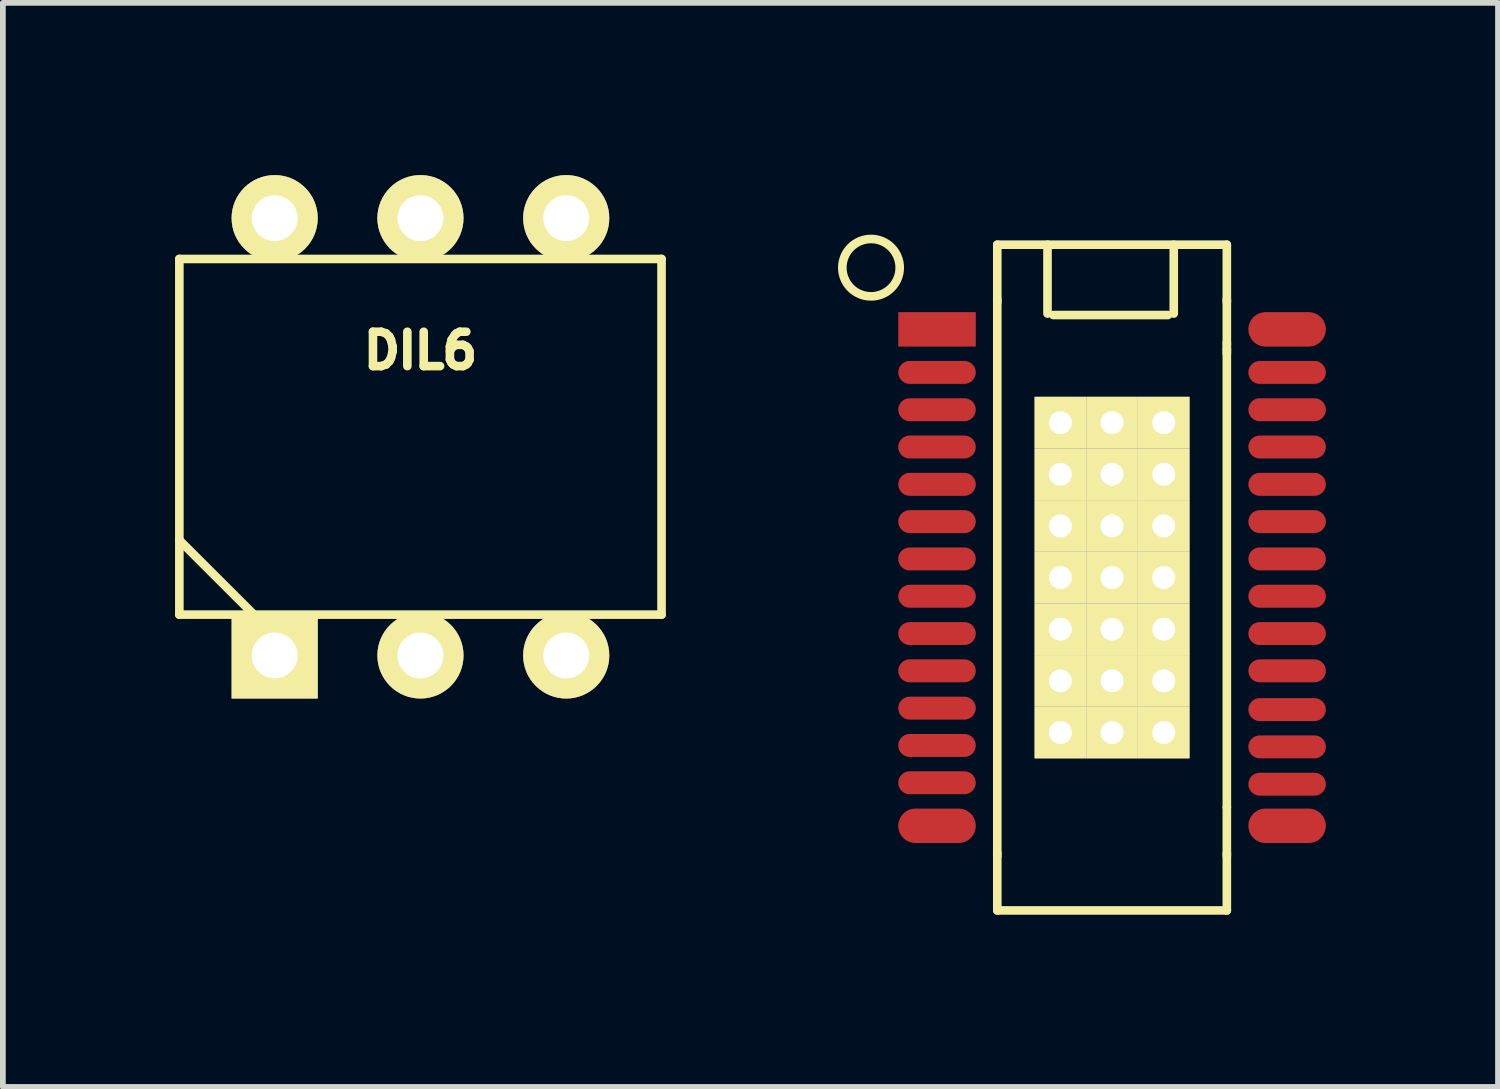
<source format=kicad_pcb>
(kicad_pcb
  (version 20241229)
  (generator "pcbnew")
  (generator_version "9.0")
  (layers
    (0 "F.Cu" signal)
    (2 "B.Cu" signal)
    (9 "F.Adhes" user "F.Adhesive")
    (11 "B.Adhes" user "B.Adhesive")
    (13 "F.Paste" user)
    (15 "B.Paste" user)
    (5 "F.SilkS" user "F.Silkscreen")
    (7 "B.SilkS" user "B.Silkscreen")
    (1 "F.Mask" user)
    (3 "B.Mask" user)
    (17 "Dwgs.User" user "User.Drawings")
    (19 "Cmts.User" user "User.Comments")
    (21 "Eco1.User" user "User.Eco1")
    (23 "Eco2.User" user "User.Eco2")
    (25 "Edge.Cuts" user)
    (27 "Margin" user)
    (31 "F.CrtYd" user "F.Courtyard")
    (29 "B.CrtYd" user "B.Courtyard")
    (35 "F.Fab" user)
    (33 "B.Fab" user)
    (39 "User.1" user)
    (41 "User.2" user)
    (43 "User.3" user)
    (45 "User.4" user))
  (footprint "HTSSOP28"
    (layer "F.Cu")
    (at 16.327 7.014)
    (property "Reference" "HTSSOP28" (at 0 -6.4 0) (layer "Eco2.User") (effects (font (size 0.6 0.6) (thickness 0.15))))
    (attr through_hole)
    (fp_line (start -2 -5.8) (end 2 -5.8) (stroke (width 0.15) (type solid)) (layer "F.SilkS"))
    (fp_line (start -2 -4.85) (end -2 4.85) (stroke (width 0.15) (type solid)) (layer "F.SilkS"))
    (fp_line (start -2 -4.8) (end -2 -5.8) (stroke (width 0.15) (type solid)) (layer "F.SilkS"))
    (fp_line (start -2 4.8) (end -2 5.8) (stroke (width 0.15) (type solid)) (layer "F.SilkS"))
    (fp_line (start -2 5.8) (end 2 5.8) (stroke (width 0.15) (type solid)) (layer "F.SilkS"))
    (fp_line (start -1.125 -4.6) (end -1.125 -5.8) (stroke (width 0.15) (type solid)) (layer "F.SilkS"))
    (fp_line (start -1.025 -4.575) (end 0.975 -4.575) (stroke (width 0.15) (type solid)) (layer "F.SilkS"))
    (fp_line (start 1.075 -5.8) (end 1.075 -4.6) (stroke (width 0.15) (type solid)) (layer "F.SilkS"))
    (fp_line (start 2 -5.8) (end 2 -4.8) (stroke (width 0.15) (type solid)) (layer "F.SilkS"))
    (fp_line (start 2 -4.85) (end 2 -4.05) (stroke (width 0.15) (type solid)) (layer "F.SilkS"))
    (fp_line (start 2 -3.9) (end 2 -4.1) (stroke (width 0.15) (type solid)) (layer "F.SilkS"))
    (fp_line (start 2 4) (end 2 -4) (stroke (width 0.15) (type solid)) (layer "F.SilkS"))
    (fp_line (start 2 4.85) (end 2 4) (stroke (width 0.15) (type solid)) (layer "F.SilkS"))
    (fp_line (start 2 5.8) (end 2 4.8) (stroke (width 0.15) (type solid)) (layer "F.SilkS"))
    (fp_circle (center -4.2 -5.4) (end -3.7 -5.4) (stroke (width 0.15) (type solid)) (fill no) (layer "F.SilkS"))
    (pad "1" smd rect (at -3.05 -4.325) (size 1.35 0.6) (layers "F.Cu" "F.Mask" "F.Paste"))
    (pad "2" smd oval (at -3.05 -3.575) (size 1.35 0.4) (layers "F.Cu" "F.Mask" "F.Paste"))
    (pad "3" smd oval (at -3.05 -2.925) (size 1.35 0.4) (layers "F.Cu" "F.Mask" "F.Paste"))
    (pad "4" smd oval (at -3.05 -2.275) (size 1.35 0.4) (layers "F.Cu" "F.Mask" "F.Paste"))
    (pad "5" smd oval (at -3.05 -1.625) (size 1.35 0.4) (layers "F.Cu" "F.Mask" "F.Paste"))
    (pad "6" smd oval (at -3.05 -0.975) (size 1.35 0.4) (layers "F.Cu" "F.Mask" "F.Paste"))
    (pad "7" smd oval (at -3.05 -0.325) (size 1.35 0.4) (layers "F.Cu" "F.Mask" "F.Paste"))
    (pad "8" smd oval (at -3.05 0.325) (size 1.35 0.4) (layers "F.Cu" "F.Mask" "F.Paste"))
    (pad "9" smd oval (at -3.05 0.975) (size 1.35 0.4) (layers "F.Cu" "F.Mask" "F.Paste"))
    (pad "10" smd oval (at -3.05 1.625) (size 1.35 0.4) (layers "F.Cu" "F.Mask" "F.Paste"))
    (pad "11" smd oval (at -3.05 2.275) (size 1.35 0.4) (layers "F.Cu" "F.Mask" "F.Paste"))
    (pad "12" smd oval (at -3.05 2.925) (size 1.35 0.4) (layers "F.Cu" "F.Mask" "F.Paste"))
    (pad "13" smd oval (at -3.05 -3.575) (size 0.001 0.001) (layers "F.Cu" "F.Mask" "F.Paste"))
    (pad "13" smd oval (at -3.05 3.575) (size 1.35 0.4) (layers "F.Cu" "F.Mask" "F.Paste"))
    (pad "14" smd oval (at -3.05 4.325) (size 1.35 0.6) (layers "F.Cu" "F.Mask" "F.Paste"))
    (pad "15" smd oval (at 3.05 4.325) (size 1.35 0.6) (layers "F.Cu" "F.Mask" "F.Paste"))
    (pad "16" smd oval (at 3.05 3.6) (size 1.35 0.4) (layers "F.Cu" "F.Mask" "F.Paste"))
    (pad "17" smd oval (at 3.05 2.95) (size 1.35 0.4) (layers "F.Cu" "F.Mask" "F.Paste"))
    (pad "18" smd oval (at 3.05 2.3) (size 1.35 0.4) (layers "F.Cu" "F.Mask" "F.Paste"))
    (pad "19" smd oval (at 3.05 1.625) (size 1.35 0.4) (layers "F.Cu" "F.Mask" "F.Paste"))
    (pad "20" smd oval (at 3.05 0.975) (size 1.35 0.4) (layers "F.Cu" "F.Mask" "F.Paste"))
    (pad "21" smd oval (at 3.05 0.325) (size 1.35 0.4) (layers "F.Cu" "F.Mask" "F.Paste"))
    (pad "22" smd oval (at 3.05 -0.325) (size 1.35 0.4) (layers "F.Cu" "F.Mask" "F.Paste"))
    (pad "23" smd oval (at 3.05 -0.975) (size 1.35 0.4) (layers "F.Cu" "F.Mask" "F.Paste"))
    (pad "24" smd oval (at 3.05 -1.625) (size 1.35 0.4) (layers "F.Cu" "F.Mask" "F.Paste"))
    (pad "25" smd oval (at 3.05 -2.275) (size 1.35 0.4) (layers "F.Cu" "F.Mask" "F.Paste"))
    (pad "26" smd oval (at 3.05 -2.925) (size 1.35 0.4) (layers "F.Cu" "F.Mask" "F.Paste"))
    (pad "26" smd oval (at 3.05 2.925) (size 0.001 0.001) (layers "F.Cu" "F.Mask" "F.Paste"))
    (pad "27" smd oval (at 3.05 -3.575) (size 1.35 0.4) (layers "F.Cu" "F.Mask" "F.Paste"))
    (pad "28" smd oval (at 3.05 -4.325) (size 1.35 0.6) (layers "F.Cu" "F.Mask" "F.Paste"))
    (pad "PAD" thru_hole rect (at -0.9 -2.7) (size 0.9 0.9) (drill 0.4) (layers "*.Cu" "*.Mask" "F.SilkS"))
    (pad "PAD" thru_hole rect (at -0.9 -1.8) (size 0.9 0.9) (drill 0.4) (layers "*.Cu" "*.Mask" "F.SilkS"))
    (pad "PAD" thru_hole rect (at -0.9 -0.9) (size 0.9 0.9) (drill 0.4) (layers "*.Cu" "*.Mask" "F.SilkS"))
    (pad "PAD" thru_hole rect (at -0.9 0) (size 0.9 0.9) (drill 0.4) (layers "*.Cu" "*.Mask" "F.SilkS"))
    (pad "PAD" thru_hole rect (at -0.9 0.9) (size 0.9 0.9) (drill 0.4) (layers "*.Cu" "*.Mask" "F.SilkS"))
    (pad "PAD" thru_hole rect (at -0.9 1.8) (size 0.9 0.9) (drill 0.4) (layers "*.Cu" "*.Mask" "F.SilkS"))
    (pad "PAD" thru_hole rect (at -0.9 2.7) (size 0.9 0.9) (drill 0.4) (layers "*.Cu" "*.Mask" "F.SilkS"))
    (pad "PAD" thru_hole rect (at 0 -2.7) (size 0.9 0.9) (drill 0.4) (layers "*.Cu" "*.Mask" "F.SilkS"))
    (pad "PAD" thru_hole rect (at 0 -1.8) (size 0.9 0.9) (drill 0.4) (layers "*.Cu" "*.Mask" "F.SilkS"))
    (pad "PAD" thru_hole rect (at 0 -0.9) (size 0.9 0.9) (drill 0.4) (layers "*.Cu" "*.Mask" "F.SilkS"))
    (pad "PAD" thru_hole rect (at 0 0) (size 0.9 0.9) (drill 0.4) (layers "*.Cu" "*.Mask" "F.SilkS"))
    (pad "PAD" thru_hole rect (at 0 0.9) (size 0.9 0.9) (drill 0.4) (layers "*.Cu" "*.Mask" "F.SilkS"))
    (pad "PAD" thru_hole rect (at 0 1.8) (size 0.9 0.9) (drill 0.4) (layers "*.Cu" "*.Mask" "F.SilkS"))
    (pad "PAD" thru_hole rect (at 0 2.7) (size 0.9 0.9) (drill 0.4) (layers "*.Cu" "*.Mask" "F.SilkS"))
    (pad "PAD" thru_hole rect (at 0.9 -2.7) (size 0.9 0.9) (drill 0.4) (layers "*.Cu" "*.Mask" "F.SilkS"))
    (pad "PAD" thru_hole rect (at 0.9 -1.8) (size 0.9 0.9) (drill 0.4) (layers "*.Cu" "*.Mask" "F.SilkS"))
    (pad "PAD" thru_hole rect (at 0.9 -0.9) (size 0.9 0.9) (drill 0.4) (layers "*.Cu" "*.Mask" "F.SilkS"))
    (pad "PAD" thru_hole rect (at 0.9 0) (size 0.9 0.9) (drill 0.4) (layers "*.Cu" "*.Mask" "F.SilkS"))
    (pad "PAD" thru_hole rect (at 0.9 0.9) (size 0.9 0.9) (drill 0.4) (layers "*.Cu" "*.Mask" "F.SilkS"))
    (pad "PAD" thru_hole rect (at 0.9 1.8) (size 0.9 0.9) (drill 0.4) (layers "*.Cu" "*.Mask" "F.SilkS"))
    (pad "PAD" thru_hole rect (at 0.9 2.7) (size 0.9 0.9) (drill 0.4) (layers "*.Cu" "*.Mask" "F.SilkS")))
  (footprint "DIL6"
    (layer "F.Cu")
    (at 4.276 4.561)
    (property "Reference" "DIL6" (at 0 -1.501 0) (layer "F.SilkS") (effects (font (size 0.599 0.599) (thickness 0.15))))
    (attr through_hole)
    (fp_line (start -4.201 -3.099) (end 4.201 -3.099) (stroke (width 0.15) (type solid)) (layer "F.SilkS"))
    (fp_line (start -4.201 1.801) (end -2.901 3.099) (stroke (width 0.15) (type solid)) (layer "F.SilkS"))
    (fp_line (start -4.201 3.099) (end -4.201 -3.099) (stroke (width 0.15) (type solid)) (layer "F.SilkS"))
    (fp_line (start 4.201 -3.099) (end 4.201 3.099) (stroke (width 0.15) (type solid)) (layer "F.SilkS"))
    (fp_line (start 4.201 3.099) (end -4.201 3.099) (stroke (width 0.15) (type solid)) (layer "F.SilkS"))
    (pad "1" thru_hole rect (at -2.54 3.81) (size 1.501 1.501) (drill 0.8) (layers "*.Cu" "*.Mask" "F.SilkS"))
    (pad "2" thru_hole circle (at 0 3.81) (size 1.501 1.501) (drill 0.8) (layers "*.Cu" "*.Mask" "F.SilkS"))
    (pad "3" thru_hole circle (at 2.54 3.81) (size 1.501 1.501) (drill 0.8) (layers "*.Cu" "*.Mask" "F.SilkS"))
    (pad "4" thru_hole circle (at 2.54 -3.81) (size 1.501 1.501) (drill 0.8) (layers "*.Cu" "*.Mask" "F.SilkS"))
    (pad "5" thru_hole circle (at 0 -3.81) (size 1.501 1.501) (drill 0.8) (layers "*.Cu" "*.Mask" "F.SilkS"))
    (pad "6" thru_hole circle (at -2.54 -3.81) (size 1.501 1.501) (drill 0.8) (layers "*.Cu" "*.Mask" "F.SilkS")))
  (gr_rect
    (start -3 -3)
    (end 23.052 15.889)
    (stroke (width 0.1) (type default))
    (fill no)
    (layer "Edge.Cuts")))
</source>
